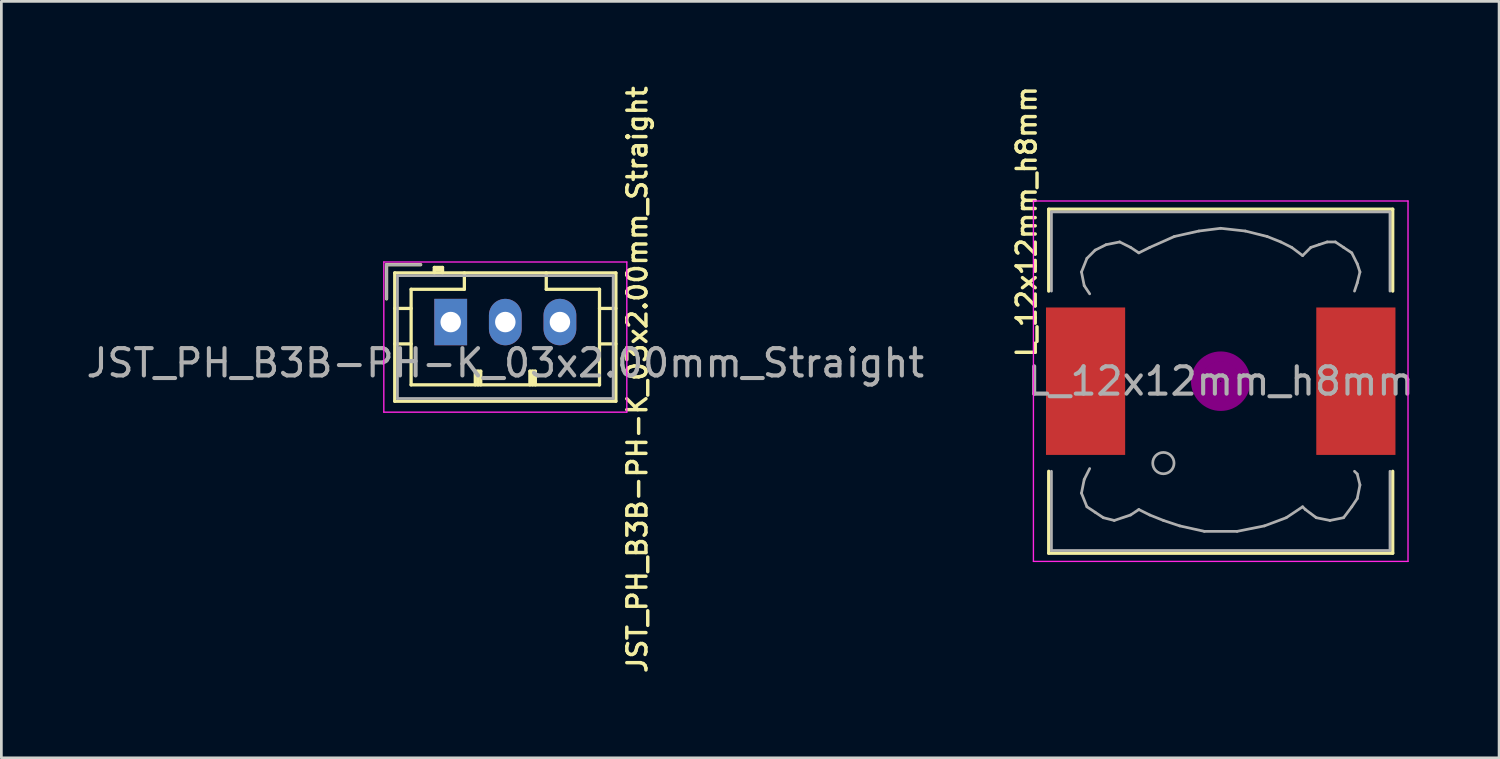
<source format=kicad_pcb>
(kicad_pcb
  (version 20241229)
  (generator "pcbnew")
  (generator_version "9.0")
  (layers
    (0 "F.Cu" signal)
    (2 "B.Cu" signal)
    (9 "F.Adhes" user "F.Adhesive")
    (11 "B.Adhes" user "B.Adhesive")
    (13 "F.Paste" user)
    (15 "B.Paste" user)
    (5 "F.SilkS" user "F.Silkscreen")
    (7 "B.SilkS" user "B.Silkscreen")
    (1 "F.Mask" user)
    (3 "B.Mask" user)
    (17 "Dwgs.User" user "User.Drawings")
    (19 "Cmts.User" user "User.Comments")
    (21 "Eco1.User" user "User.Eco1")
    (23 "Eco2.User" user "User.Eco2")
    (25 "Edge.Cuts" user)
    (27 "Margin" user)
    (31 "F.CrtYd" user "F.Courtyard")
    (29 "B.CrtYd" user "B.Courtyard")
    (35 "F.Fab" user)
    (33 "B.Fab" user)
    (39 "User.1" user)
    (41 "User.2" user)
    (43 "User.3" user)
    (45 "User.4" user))
  (footprint "JST_PH_B3B-PH-K_03x2.00mm_Straight"
    (layer "F.Cu")
    (at 13.458 8.746)
    (property "Reference" "JST_PH_B3B-PH-K_03x2.00mm_Straight" (at 6.833 2.108 90) (layer "F.SilkS") (effects (font (size 0.7 0.7) (thickness 0.127))))
    (attr through_hole)
    (fp_line (start -2.35 -2.1) (end -2.35 -0.85) (stroke (width 0.12) (type solid)) (layer "F.SilkS"))
    (fp_line (start -2.05 -1.8) (end -2.05 2.9) (stroke (width 0.12) (type solid)) (layer "F.SilkS"))
    (fp_line (start -2.05 -0.5) (end -1.45 -0.5) (stroke (width 0.12) (type solid)) (layer "F.SilkS"))
    (fp_line (start -2.05 0.8) (end -1.45 0.8) (stroke (width 0.12) (type solid)) (layer "F.SilkS"))
    (fp_line (start -2.05 2.9) (end 6.05 2.9) (stroke (width 0.12) (type solid)) (layer "F.SilkS"))
    (fp_line (start -1.45 -1.2) (end -1.45 2.3) (stroke (width 0.12) (type solid)) (layer "F.SilkS"))
    (fp_line (start -1.45 2.3) (end 5.45 2.3) (stroke (width 0.12) (type solid)) (layer "F.SilkS"))
    (fp_line (start -1.1 -2.1) (end -2.35 -2.1) (stroke (width 0.12) (type solid)) (layer "F.SilkS"))
    (fp_line (start -0.6 -2) (end -0.6 -1.8) (stroke (width 0.12) (type solid)) (layer "F.SilkS"))
    (fp_line (start -0.3 -2) (end -0.6 -2) (stroke (width 0.12) (type solid)) (layer "F.SilkS"))
    (fp_line (start -0.3 -1.9) (end -0.6 -1.9) (stroke (width 0.12) (type solid)) (layer "F.SilkS"))
    (fp_line (start -0.3 -1.8) (end -0.3 -2) (stroke (width 0.12) (type solid)) (layer "F.SilkS"))
    (fp_line (start 0.5 -1.8) (end 0.5 -1.2) (stroke (width 0.12) (type solid)) (layer "F.SilkS"))
    (fp_line (start 0.5 -1.2) (end -1.45 -1.2) (stroke (width 0.12) (type solid)) (layer "F.SilkS"))
    (fp_line (start 0.9 1.8) (end 1.1 1.8) (stroke (width 0.12) (type solid)) (layer "F.SilkS"))
    (fp_line (start 0.9 2.3) (end 0.9 1.8) (stroke (width 0.12) (type solid)) (layer "F.SilkS"))
    (fp_line (start 1 2.3) (end 1 1.8) (stroke (width 0.12) (type solid)) (layer "F.SilkS"))
    (fp_line (start 1.1 1.8) (end 1.1 2.3) (stroke (width 0.12) (type solid)) (layer "F.SilkS"))
    (fp_line (start 2.9 1.8) (end 3.1 1.8) (stroke (width 0.12) (type solid)) (layer "F.SilkS"))
    (fp_line (start 2.9 2.3) (end 2.9 1.8) (stroke (width 0.12) (type solid)) (layer "F.SilkS"))
    (fp_line (start 3 2.3) (end 3 1.8) (stroke (width 0.12) (type solid)) (layer "F.SilkS"))
    (fp_line (start 3.1 1.8) (end 3.1 2.3) (stroke (width 0.12) (type solid)) (layer "F.SilkS"))
    (fp_line (start 3.5 -1.2) (end 3.5 -1.8) (stroke (width 0.12) (type solid)) (layer "F.SilkS"))
    (fp_line (start 5.45 -1.2) (end 3.5 -1.2) (stroke (width 0.12) (type solid)) (layer "F.SilkS"))
    (fp_line (start 5.45 2.3) (end 5.45 -1.2) (stroke (width 0.12) (type solid)) (layer "F.SilkS"))
    (fp_line (start 6.05 -1.8) (end -2.05 -1.8) (stroke (width 0.12) (type solid)) (layer "F.SilkS"))
    (fp_line (start 6.05 -0.5) (end 5.45 -0.5) (stroke (width 0.12) (type solid)) (layer "F.SilkS"))
    (fp_line (start 6.05 0.8) (end 5.45 0.8) (stroke (width 0.12) (type solid)) (layer "F.SilkS"))
    (fp_line (start 6.05 2.9) (end 6.05 -1.8) (stroke (width 0.12) (type solid)) (layer "F.SilkS"))
    (fp_line (start -2.45 -2.2) (end -2.45 3.3) (stroke (width 0.05) (type solid)) (layer "F.CrtYd"))
    (fp_line (start -2.45 3.3) (end 6.45 3.3) (stroke (width 0.05) (type solid)) (layer "F.CrtYd"))
    (fp_line (start 6.45 -2.2) (end -2.45 -2.2) (stroke (width 0.05) (type solid)) (layer "F.CrtYd"))
    (fp_line (start 6.45 3.3) (end 6.45 -2.2) (stroke (width 0.05) (type solid)) (layer "F.CrtYd"))
    (fp_line (start -2.35 -2.1) (end -2.35 -0.85) (stroke (width 0.1) (type solid)) (layer "F.Fab"))
    (fp_line (start -1.95 -1.7) (end -1.95 2.8) (stroke (width 0.1) (type solid)) (layer "F.Fab"))
    (fp_line (start -1.95 2.8) (end 5.95 2.8) (stroke (width 0.1) (type solid)) (layer "F.Fab"))
    (fp_line (start -1.1 -2.1) (end -2.35 -2.1) (stroke (width 0.1) (type solid)) (layer "F.Fab"))
    (fp_line (start 5.95 -1.7) (end -1.95 -1.7) (stroke (width 0.1) (type solid)) (layer "F.Fab"))
    (fp_line (start 5.95 2.8) (end 5.95 -1.7) (stroke (width 0.1) (type solid)) (layer "F.Fab"))
    (fp_text user "${REFERENCE}" (at 2 1.5 0) (layer "F.Fab") (effects (font (size 1 1) (thickness 0.15))))
    (pad "1" thru_hole rect (at 0 0) (size 1.2 1.7) (drill 0.75) (layers "*.Cu" "*.Mask"))
    (pad "2" thru_hole oval (at 2 0) (size 1.2 1.7) (drill 0.75) (layers "*.Cu" "*.Mask"))
    (pad "3" thru_hole oval (at 4 0) (size 1.2 1.7) (drill 0.75) (layers "*.Cu" "*.Mask")))
  (footprint "L_12x12mm_h8mm"
    (layer "F.Cu")
    (at 41.661 10.912)
    (property "Reference" "L_12x12mm_h8mm" (at -7.112 -5.842 90) (layer "F.SilkS") (effects (font (size 0.7 0.7) (thickness 0.127))))
    (attr smd)
    (fp_line (start -6.3 -6.3) (end 6.3 -6.3) (stroke (width 0.12) (type solid)) (layer "F.SilkS"))
    (fp_line (start -6.3 -3.3) (end -6.3 -6.3) (stroke (width 0.12) (type solid)) (layer "F.SilkS"))
    (fp_line (start -6.3 6.3) (end -6.3 3.3) (stroke (width 0.12) (type solid)) (layer "F.SilkS"))
    (fp_line (start 6.3 -6.3) (end 6.3 -3.3) (stroke (width 0.12) (type solid)) (layer "F.SilkS"))
    (fp_line (start 6.3 3.3) (end 6.3 6.3) (stroke (width 0.12) (type solid)) (layer "F.SilkS"))
    (fp_line (start 6.3 6.3) (end -6.3 6.3) (stroke (width 0.12) (type solid)) (layer "F.SilkS"))
    (fp_circle (center 0 0) (end 0.15 0.15) (stroke (width 0.38) (type solid)) (fill no) (layer "F.Adhes"))
    (fp_circle (center 0 0) (end 0.55 0) (stroke (width 0.38) (type solid)) (fill no) (layer "F.Adhes"))
    (fp_circle (center 0 0) (end 0.9 0) (stroke (width 0.38) (type solid)) (fill no) (layer "F.Adhes"))
    (fp_line (start -6.86 -6.6) (end 6.86 -6.6) (stroke (width 0.05) (type solid)) (layer "F.CrtYd"))
    (fp_line (start -6.86 6.6) (end -6.86 -6.6) (stroke (width 0.05) (type solid)) (layer "F.CrtYd"))
    (fp_line (start 6.86 -6.6) (end 6.86 6.6) (stroke (width 0.05) (type solid)) (layer "F.CrtYd"))
    (fp_line (start 6.86 6.6) (end -6.86 6.6) (stroke (width 0.05) (type solid)) (layer "F.CrtYd"))
    (fp_line (start -6.2 -6.2) (end -6.2 -3.3) (stroke (width 0.1) (type solid)) (layer "F.Fab"))
    (fp_line (start -6.2 3.3) (end -6.2 6.2) (stroke (width 0.1) (type solid)) (layer "F.Fab"))
    (fp_line (start -6.2 6.2) (end 6.2 6.2) (stroke (width 0.1) (type solid)) (layer "F.Fab"))
    (fp_line (start -5.1 -4) (end -5 -3.5) (stroke (width 0.1) (type solid)) (layer "F.Fab"))
    (fp_line (start -5.1 4.1) (end -5 3.6) (stroke (width 0.1) (type solid)) (layer "F.Fab"))
    (fp_line (start -5 -3.5) (end -4.8 -3.2) (stroke (width 0.1) (type solid)) (layer "F.Fab"))
    (fp_line (start -5 3.6) (end -4.8 3.2) (stroke (width 0.1) (type solid)) (layer "F.Fab"))
    (fp_line (start -4.9 -4.5) (end -5.1 -4) (stroke (width 0.1) (type solid)) (layer "F.Fab"))
    (fp_line (start -4.9 4.6) (end -5.1 4.1) (stroke (width 0.1) (type solid)) (layer "F.Fab"))
    (fp_line (start -4.6 -4.8) (end -4.9 -4.5) (stroke (width 0.1) (type solid)) (layer "F.Fab"))
    (fp_line (start -4.6 4.8) (end -4.9 4.6) (stroke (width 0.1) (type solid)) (layer "F.Fab"))
    (fp_line (start -4.3 5) (end -4.6 4.8) (stroke (width 0.1) (type solid)) (layer "F.Fab"))
    (fp_line (start -4.2 -5) (end -4.6 -4.8) (stroke (width 0.1) (type solid)) (layer "F.Fab"))
    (fp_line (start -3.9 5.1) (end -4.3 5) (stroke (width 0.1) (type solid)) (layer "F.Fab"))
    (fp_line (start -3.7 -5.1) (end -4.2 -5) (stroke (width 0.1) (type solid)) (layer "F.Fab"))
    (fp_line (start -3.3 -4.9) (end -3.7 -5.1) (stroke (width 0.1) (type solid)) (layer "F.Fab"))
    (fp_line (start -3.3 4.9) (end -3.9 5.1) (stroke (width 0.1) (type solid)) (layer "F.Fab"))
    (fp_line (start -3 -4.7) (end -3.3 -4.9) (stroke (width 0.1) (type solid)) (layer "F.Fab"))
    (fp_line (start -3 4.7) (end -3.3 4.9) (stroke (width 0.1) (type solid)) (layer "F.Fab"))
    (fp_line (start -2.6 -4.9) (end -3 -4.7) (stroke (width 0.1) (type solid)) (layer "F.Fab"))
    (fp_line (start -2.6 4.9) (end -3 4.7) (stroke (width 0.1) (type solid)) (layer "F.Fab"))
    (fp_line (start -2.1 5.1) (end -2.6 4.9) (stroke (width 0.1) (type solid)) (layer "F.Fab"))
    (fp_line (start -1.7 -5.3) (end -2.6 -4.9) (stroke (width 0.1) (type solid)) (layer "F.Fab"))
    (fp_line (start -1.5 5.3) (end -2.1 5.1) (stroke (width 0.1) (type solid)) (layer "F.Fab"))
    (fp_line (start -0.8 -5.5) (end -1.7 -5.3) (stroke (width 0.1) (type solid)) (layer "F.Fab"))
    (fp_line (start -0.6 5.5) (end -1.5 5.3) (stroke (width 0.1) (type solid)) (layer "F.Fab"))
    (fp_line (start 0 -5.6) (end -0.8 -5.5) (stroke (width 0.1) (type solid)) (layer "F.Fab"))
    (fp_line (start 0.6 5.5) (end -0.6 5.5) (stroke (width 0.1) (type solid)) (layer "F.Fab"))
    (fp_line (start 0.9 -5.5) (end 0 -5.6) (stroke (width 0.1) (type solid)) (layer "F.Fab"))
    (fp_line (start 1.6 5.3) (end 0.6 5.5) (stroke (width 0.1) (type solid)) (layer "F.Fab"))
    (fp_line (start 1.7 -5.3) (end 0.9 -5.5) (stroke (width 0.1) (type solid)) (layer "F.Fab"))
    (fp_line (start 2.2 -5.1) (end 1.7 -5.3) (stroke (width 0.1) (type solid)) (layer "F.Fab"))
    (fp_line (start 2.4 5) (end 1.6 5.3) (stroke (width 0.1) (type solid)) (layer "F.Fab"))
    (fp_line (start 2.6 -4.9) (end 2.2 -5.1) (stroke (width 0.1) (type solid)) (layer "F.Fab"))
    (fp_line (start 3 -4.6) (end 2.6 -4.9) (stroke (width 0.1) (type solid)) (layer "F.Fab"))
    (fp_line (start 3 4.6) (end 2.4 5) (stroke (width 0.1) (type solid)) (layer "F.Fab"))
    (fp_line (start 3.1 4.7) (end 3 4.6) (stroke (width 0.1) (type solid)) (layer "F.Fab"))
    (fp_line (start 3.3 -4.9) (end 3 -4.6) (stroke (width 0.1) (type solid)) (layer "F.Fab"))
    (fp_line (start 3.5 5) (end 3.1 4.7) (stroke (width 0.1) (type solid)) (layer "F.Fab"))
    (fp_line (start 3.6 -5) (end 3.3 -4.9) (stroke (width 0.1) (type solid)) (layer "F.Fab"))
    (fp_line (start 3.9 -5.1) (end 3.6 -5) (stroke (width 0.1) (type solid)) (layer "F.Fab"))
    (fp_line (start 4 5.1) (end 3.5 5) (stroke (width 0.1) (type solid)) (layer "F.Fab"))
    (fp_line (start 4.2 -5.1) (end 3.9 -5.1) (stroke (width 0.1) (type solid)) (layer "F.Fab"))
    (fp_line (start 4.5 -4.9) (end 4.2 -5.1) (stroke (width 0.1) (type solid)) (layer "F.Fab"))
    (fp_line (start 4.5 5) (end 4 5.1) (stroke (width 0.1) (type solid)) (layer "F.Fab"))
    (fp_line (start 4.8 -4.7) (end 4.5 -4.9) (stroke (width 0.1) (type solid)) (layer "F.Fab"))
    (fp_line (start 4.8 4.6) (end 4.5 5) (stroke (width 0.1) (type solid)) (layer "F.Fab"))
    (fp_line (start 4.9 -3.3) (end 5 -3.6) (stroke (width 0.1) (type solid)) (layer "F.Fab"))
    (fp_line (start 4.9 3.3) (end 5 3.4) (stroke (width 0.1) (type solid)) (layer "F.Fab"))
    (fp_line (start 5 -4.3) (end 4.8 -4.7) (stroke (width 0.1) (type solid)) (layer "F.Fab"))
    (fp_line (start 5 -3.6) (end 5.1 -4) (stroke (width 0.1) (type solid)) (layer "F.Fab"))
    (fp_line (start 5 3.4) (end 5.1 3.8) (stroke (width 0.1) (type solid)) (layer "F.Fab"))
    (fp_line (start 5 4.3) (end 4.8 4.6) (stroke (width 0.1) (type solid)) (layer "F.Fab"))
    (fp_line (start 5.1 -4) (end 5 -4.3) (stroke (width 0.1) (type solid)) (layer "F.Fab"))
    (fp_line (start 5.1 3.8) (end 5 4.3) (stroke (width 0.1) (type solid)) (layer "F.Fab"))
    (fp_line (start 6.2 -6.2) (end -6.2 -6.2) (stroke (width 0.1) (type solid)) (layer "F.Fab"))
    (fp_line (start 6.2 -6.2) (end 6.2 -3.3) (stroke (width 0.1) (type solid)) (layer "F.Fab"))
    (fp_line (start 6.2 6.2) (end 6.2 3.3) (stroke (width 0.1) (type solid)) (layer "F.Fab"))
    (fp_circle (center -2.1 3) (end -1.8 3.25) (stroke (width 0.1) (type solid)) (fill no) (layer "F.Fab"))
    (fp_text user "${REFERENCE}" (at 0 0 0) (layer "F.Fab") (effects (font (size 1 1) (thickness 0.15))))
    (pad "1" smd rect (at -4.95 0) (size 2.9 5.4) (layers "F.Cu" "F.Mask" "F.Paste"))
    (pad "2" smd rect (at 4.95 0) (size 2.9 5.4) (layers "F.Cu" "F.Mask" "F.Paste")))
  (gr_rect
    (start -3 -3)
    (end 51.857 24.708)
    (stroke (width 0.1) (type default))
    (fill no)
    (layer "Edge.Cuts")))
</source>
